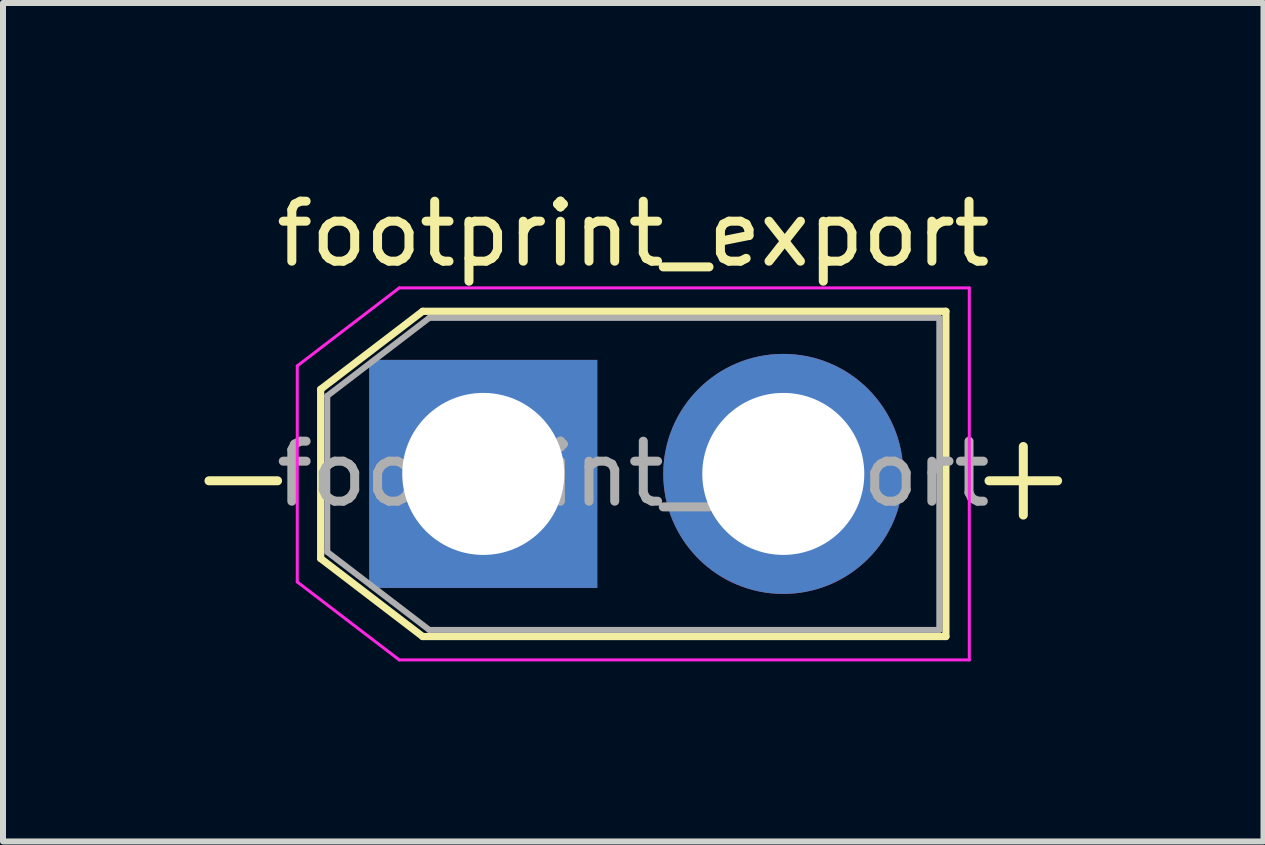
<source format=kicad_pcb>
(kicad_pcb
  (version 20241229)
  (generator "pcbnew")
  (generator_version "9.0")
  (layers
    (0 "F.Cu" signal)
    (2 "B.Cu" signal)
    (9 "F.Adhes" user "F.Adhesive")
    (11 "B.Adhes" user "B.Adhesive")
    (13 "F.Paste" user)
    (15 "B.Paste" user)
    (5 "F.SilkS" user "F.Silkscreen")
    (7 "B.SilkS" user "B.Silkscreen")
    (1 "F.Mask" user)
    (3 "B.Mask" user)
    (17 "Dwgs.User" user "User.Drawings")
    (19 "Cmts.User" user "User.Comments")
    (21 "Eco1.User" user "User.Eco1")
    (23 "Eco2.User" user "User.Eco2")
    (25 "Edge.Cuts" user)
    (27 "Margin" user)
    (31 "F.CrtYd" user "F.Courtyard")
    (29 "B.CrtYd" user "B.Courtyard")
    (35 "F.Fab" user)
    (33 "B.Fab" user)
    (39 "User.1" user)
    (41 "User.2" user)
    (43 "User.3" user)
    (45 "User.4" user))
  (footprint "footprint_export"
    (layer "F.Cu")
    (at 5.004 4.848)
    (property "Reference" "footprint_export" (at 2.5 -4 0) (layer "F.SilkS") (effects (font (size 1 1) (thickness 0.15))))
    (attr through_hole)
    (fp_line (start -2.71 -1.41) (end -2.71 1.41) (stroke (width 0.12) (type solid)) (layer "F.SilkS"))
    (fp_line (start -2.71 -1.41) (end -1.01 -2.71) (stroke (width 0.12) (type solid)) (layer "F.SilkS"))
    (fp_line (start -2.71 1.41) (end -1.01 2.71) (stroke (width 0.12) (type solid)) (layer "F.SilkS"))
    (fp_line (start -1.01 -2.71) (end 7.71 -2.71) (stroke (width 0.12) (type solid)) (layer "F.SilkS"))
    (fp_line (start -1.01 2.71) (end 7.71 2.71) (stroke (width 0.12) (type solid)) (layer "F.SilkS"))
    (fp_line (start 7.71 -2.71) (end 7.71 2.71) (stroke (width 0.12) (type solid)) (layer "F.SilkS"))
    (fp_line (start -3.1 -1.8) (end -3.1 1.8) (stroke (width 0.05) (type solid)) (layer "F.CrtYd"))
    (fp_line (start -3.1 -1.8) (end -1.4 -3.1) (stroke (width 0.05) (type solid)) (layer "F.CrtYd"))
    (fp_line (start -3.1 1.8) (end -1.4 3.1) (stroke (width 0.05) (type solid)) (layer "F.CrtYd"))
    (fp_line (start -1.4 -3.1) (end 8.1 -3.1) (stroke (width 0.05) (type solid)) (layer "F.CrtYd"))
    (fp_line (start -1.4 3.1) (end 8.1 3.1) (stroke (width 0.05) (type solid)) (layer "F.CrtYd"))
    (fp_line (start 8.1 -3.1) (end 8.1 3.1) (stroke (width 0.05) (type solid)) (layer "F.CrtYd"))
    (fp_line (start -2.6 -1.3) (end -2.6 1.3) (stroke (width 0.1) (type solid)) (layer "F.Fab"))
    (fp_line (start -2.6 -1.3) (end -0.9 -2.6) (stroke (width 0.1) (type solid)) (layer "F.Fab"))
    (fp_line (start -2.6 1.3) (end -0.9 2.6) (stroke (width 0.1) (type solid)) (layer "F.Fab"))
    (fp_line (start -0.9 -2.6) (end 7.6 -2.6) (stroke (width 0.1) (type solid)) (layer "F.Fab"))
    (fp_line (start -0.9 2.6) (end 7.6 2.6) (stroke (width 0.1) (type solid)) (layer "F.Fab"))
    (fp_line (start 7.6 -2.6) (end 7.6 2.6) (stroke (width 0.1) (type solid)) (layer "F.Fab"))
    (fp_text user "-" (at -4 0 0) (layer "F.SilkS") (effects (font (size 1.5 1.5) (thickness 0.15))))
    (fp_text user "+" (at 9 0 0) (layer "F.SilkS") (effects (font (size 1.5 1.5) (thickness 0.15))))
    (fp_text user "${REFERENCE}" (at 2.5 0 0) (layer "F.Fab") (effects (font (size 1 1) (thickness 0.15))))
    (pad "1" thru_hole rect (at 0 0) (size 3.8 3.8) (drill 2.7) (layers "*.Cu" "*.Mask"))
    (pad "2" thru_hole circle (at 5 0) (size 4 4) (drill 2.7) (layers "*.Cu" "*.Mask")))
  (gr_rect
    (start -3 -3)
    (end 18.007 10.973)
    (stroke (width 0.1) (type default))
    (fill no)
    (layer "Edge.Cuts")))
</source>
